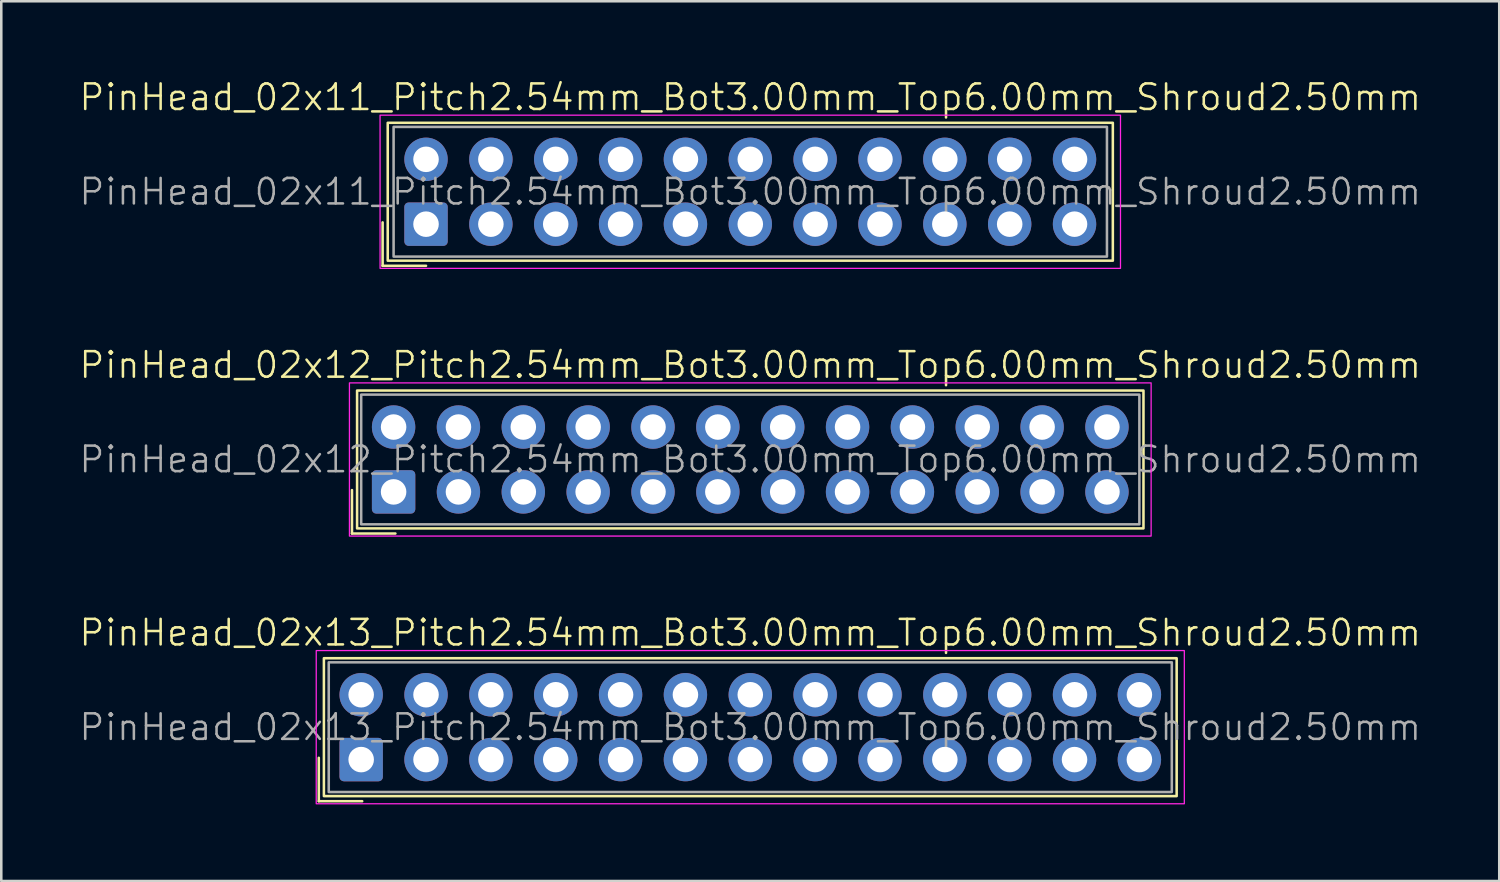
<source format=kicad_pcb>
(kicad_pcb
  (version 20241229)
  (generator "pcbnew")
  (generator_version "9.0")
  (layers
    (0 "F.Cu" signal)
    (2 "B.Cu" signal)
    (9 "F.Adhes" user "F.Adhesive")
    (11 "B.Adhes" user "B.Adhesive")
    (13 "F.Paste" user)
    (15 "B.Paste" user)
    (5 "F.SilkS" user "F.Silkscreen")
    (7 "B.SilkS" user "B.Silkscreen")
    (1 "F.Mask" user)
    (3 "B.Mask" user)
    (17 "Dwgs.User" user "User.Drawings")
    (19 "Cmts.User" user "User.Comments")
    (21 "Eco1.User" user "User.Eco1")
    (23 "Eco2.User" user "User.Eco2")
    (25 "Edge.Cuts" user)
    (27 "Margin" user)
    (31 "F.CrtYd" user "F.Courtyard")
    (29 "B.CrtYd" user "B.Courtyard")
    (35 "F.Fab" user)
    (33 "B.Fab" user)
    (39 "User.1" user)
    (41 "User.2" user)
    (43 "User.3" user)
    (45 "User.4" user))
  (footprint "PinHead_02x11_Pitch2.54mm_Bot3.00mm_Top6.00mm_Shroud2.50mm"
    (layer "F.Cu")
    (at 26.336 4.46)
    (property "Reference" "PinHead_02x11_Pitch2.54mm_Bot3.00mm_Top6.00mm_Shroud2.50mm" (at 0 -3.7 0) (unlocked yes) (layer "F.SilkS") (effects (font (size 1 1) (thickness 0.1))))
    (attr through_hole)
    (fp_line (start -14.4 1.2) (end -14.4 2.9) (stroke (width 0.1) (type default)) (layer "F.SilkS"))
    (fp_line (start -14.4 2.9) (end -12.7 2.9) (stroke (width 0.1) (type default)) (layer "F.SilkS"))
    (fp_rect (start -14.2 -2.7) (end 14.2 2.7) (stroke (width 0.1) (type default)) (fill no) (layer "F.SilkS"))
    (fp_rect (start -14.5 -3) (end 14.5 3) (stroke (width 0.05) (type default)) (fill no) (layer "F.CrtYd"))
    (fp_rect (start -13.97 -2.54) (end 13.97 2.54) (stroke (width 0.1) (type default)) (fill no) (layer "F.Fab"))
    (fp_text user "${REFERENCE}" (at 0 0 0) (unlocked yes) (layer "F.Fab") (effects (font (size 1 1) (thickness 0.1))))
    (pad "1" thru_hole roundrect (at -12.7 1.27) (size 1.7 1.7) (drill 1) (layers "*.Cu" "*.Mask") (roundrect_rratio 0.1))
    (pad "2" thru_hole circle (at -12.7 -1.27) (size 1.7 1.7) (drill 1) (layers "*.Cu" "*.Mask"))
    (pad "3" thru_hole circle (at -10.16 1.27) (size 1.7 1.7) (drill 1) (layers "*.Cu" "*.Mask"))
    (pad "4" thru_hole circle (at -10.16 -1.27) (size 1.7 1.7) (drill 1) (layers "*.Cu" "*.Mask"))
    (pad "5" thru_hole circle (at -7.62 1.27) (size 1.7 1.7) (drill 1) (layers "*.Cu" "*.Mask"))
    (pad "6" thru_hole circle (at -7.62 -1.27) (size 1.7 1.7) (drill 1) (layers "*.Cu" "*.Mask"))
    (pad "7" thru_hole circle (at -5.08 1.27) (size 1.7 1.7) (drill 1) (layers "*.Cu" "*.Mask"))
    (pad "8" thru_hole circle (at -5.08 -1.27) (size 1.7 1.7) (drill 1) (layers "*.Cu" "*.Mask"))
    (pad "9" thru_hole circle (at -2.54 1.27) (size 1.7 1.7) (drill 1) (layers "*.Cu" "*.Mask"))
    (pad "10" thru_hole circle (at -2.54 -1.27) (size 1.7 1.7) (drill 1) (layers "*.Cu" "*.Mask"))
    (pad "11" thru_hole circle (at 0 1.27) (size 1.7 1.7) (drill 1) (layers "*.Cu" "*.Mask"))
    (pad "12" thru_hole circle (at 0 -1.27) (size 1.7 1.7) (drill 1) (layers "*.Cu" "*.Mask"))
    (pad "13" thru_hole circle (at 2.54 1.27) (size 1.7 1.7) (drill 1) (layers "*.Cu" "*.Mask"))
    (pad "14" thru_hole circle (at 2.54 -1.27) (size 1.7 1.7) (drill 1) (layers "*.Cu" "*.Mask"))
    (pad "15" thru_hole circle (at 5.08 1.27) (size 1.7 1.7) (drill 1) (layers "*.Cu" "*.Mask"))
    (pad "16" thru_hole circle (at 5.08 -1.27) (size 1.7 1.7) (drill 1) (layers "*.Cu" "*.Mask"))
    (pad "17" thru_hole circle (at 7.62 1.27) (size 1.7 1.7) (drill 1) (layers "*.Cu" "*.Mask"))
    (pad "18" thru_hole circle (at 7.62 -1.27) (size 1.7 1.7) (drill 1) (layers "*.Cu" "*.Mask"))
    (pad "19" thru_hole circle (at 10.16 1.27) (size 1.7 1.7) (drill 1) (layers "*.Cu" "*.Mask"))
    (pad "20" thru_hole circle (at 10.16 -1.27) (size 1.7 1.7) (drill 1) (layers "*.Cu" "*.Mask"))
    (pad "21" thru_hole circle (at 12.7 1.27) (size 1.7 1.7) (drill 1) (layers "*.Cu" "*.Mask"))
    (pad "22" thru_hole circle (at 12.7 -1.27) (size 1.7 1.7) (drill 1) (layers "*.Cu" "*.Mask")))
  (footprint "PinHead_02x13_Pitch2.54mm_Bot3.00mm_Top6.00mm_Shroud2.50mm"
    (layer "F.Cu")
    (at 26.336 25.431)
    (property "Reference" "PinHead_02x13_Pitch2.54mm_Bot3.00mm_Top6.00mm_Shroud2.50mm" (at 0 -3.7 0) (unlocked yes) (layer "F.SilkS") (effects (font (size 1 1) (thickness 0.1))))
    (attr through_hole)
    (fp_line (start -16.9 1.2) (end -16.9 2.9) (stroke (width 0.1) (type default)) (layer "F.SilkS"))
    (fp_line (start -16.9 2.9) (end -15.2 2.9) (stroke (width 0.1) (type default)) (layer "F.SilkS"))
    (fp_rect (start -16.7 -2.7) (end 16.7 2.7) (stroke (width 0.1) (type default)) (fill no) (layer "F.SilkS"))
    (fp_rect (start -17 -3) (end 17 3) (stroke (width 0.05) (type default)) (fill no) (layer "F.CrtYd"))
    (fp_rect (start -16.51 -2.54) (end 16.51 2.54) (stroke (width 0.1) (type default)) (fill no) (layer "F.Fab"))
    (fp_text user "${REFERENCE}" (at 0 0 0) (unlocked yes) (layer "F.Fab") (effects (font (size 1 1) (thickness 0.1))))
    (pad "1" thru_hole roundrect (at -15.24 1.27) (size 1.7 1.7) (drill 1) (layers "*.Cu" "*.Mask") (roundrect_rratio 0.1))
    (pad "2" thru_hole circle (at -15.24 -1.27) (size 1.7 1.7) (drill 1) (layers "*.Cu" "*.Mask"))
    (pad "3" thru_hole circle (at -12.7 1.27) (size 1.7 1.7) (drill 1) (layers "*.Cu" "*.Mask"))
    (pad "4" thru_hole circle (at -12.7 -1.27) (size 1.7 1.7) (drill 1) (layers "*.Cu" "*.Mask"))
    (pad "5" thru_hole circle (at -10.16 1.27) (size 1.7 1.7) (drill 1) (layers "*.Cu" "*.Mask"))
    (pad "6" thru_hole circle (at -10.16 -1.27) (size 1.7 1.7) (drill 1) (layers "*.Cu" "*.Mask"))
    (pad "7" thru_hole circle (at -7.62 1.27) (size 1.7 1.7) (drill 1) (layers "*.Cu" "*.Mask"))
    (pad "8" thru_hole circle (at -7.62 -1.27) (size 1.7 1.7) (drill 1) (layers "*.Cu" "*.Mask"))
    (pad "9" thru_hole circle (at -5.08 1.27) (size 1.7 1.7) (drill 1) (layers "*.Cu" "*.Mask"))
    (pad "10" thru_hole circle (at -5.08 -1.27) (size 1.7 1.7) (drill 1) (layers "*.Cu" "*.Mask"))
    (pad "11" thru_hole circle (at -2.54 1.27) (size 1.7 1.7) (drill 1) (layers "*.Cu" "*.Mask"))
    (pad "12" thru_hole circle (at -2.54 -1.27) (size 1.7 1.7) (drill 1) (layers "*.Cu" "*.Mask"))
    (pad "13" thru_hole circle (at 0 1.27) (size 1.7 1.7) (drill 1) (layers "*.Cu" "*.Mask"))
    (pad "14" thru_hole circle (at 0 -1.27) (size 1.7 1.7) (drill 1) (layers "*.Cu" "*.Mask"))
    (pad "15" thru_hole circle (at 2.54 1.27) (size 1.7 1.7) (drill 1) (layers "*.Cu" "*.Mask"))
    (pad "16" thru_hole circle (at 2.54 -1.27) (size 1.7 1.7) (drill 1) (layers "*.Cu" "*.Mask"))
    (pad "17" thru_hole circle (at 5.08 1.27) (size 1.7 1.7) (drill 1) (layers "*.Cu" "*.Mask"))
    (pad "18" thru_hole circle (at 5.08 -1.27) (size 1.7 1.7) (drill 1) (layers "*.Cu" "*.Mask"))
    (pad "19" thru_hole circle (at 7.62 1.27) (size 1.7 1.7) (drill 1) (layers "*.Cu" "*.Mask"))
    (pad "20" thru_hole circle (at 7.62 -1.27) (size 1.7 1.7) (drill 1) (layers "*.Cu" "*.Mask"))
    (pad "21" thru_hole circle (at 10.16 1.27) (size 1.7 1.7) (drill 1) (layers "*.Cu" "*.Mask"))
    (pad "22" thru_hole circle (at 10.16 -1.27) (size 1.7 1.7) (drill 1) (layers "*.Cu" "*.Mask"))
    (pad "23" thru_hole circle (at 12.7 1.27) (size 1.7 1.7) (drill 1) (layers "*.Cu" "*.Mask"))
    (pad "24" thru_hole circle (at 12.7 -1.27) (size 1.7 1.7) (drill 1) (layers "*.Cu" "*.Mask"))
    (pad "25" thru_hole circle (at 15.24 1.27) (size 1.7 1.7) (drill 1) (layers "*.Cu" "*.Mask"))
    (pad "26" thru_hole circle (at 15.24 -1.27) (size 1.7 1.7) (drill 1) (layers "*.Cu" "*.Mask")))
  (footprint "PinHead_02x12_Pitch2.54mm_Bot3.00mm_Top6.00mm_Shroud2.50mm"
    (layer "F.Cu")
    (at 26.336 14.946)
    (property "Reference" "PinHead_02x12_Pitch2.54mm_Bot3.00mm_Top6.00mm_Shroud2.50mm" (at 0 -3.7 0) (unlocked yes) (layer "F.SilkS") (effects (font (size 1 1) (thickness 0.1))))
    (attr through_hole)
    (fp_line (start -15.6 1.2) (end -15.6 2.9) (stroke (width 0.1) (type default)) (layer "F.SilkS"))
    (fp_line (start -15.6 2.9) (end -13.9 2.9) (stroke (width 0.1) (type default)) (layer "F.SilkS"))
    (fp_rect (start -15.4 -2.7) (end 15.4 2.7) (stroke (width 0.1) (type default)) (fill no) (layer "F.SilkS"))
    (fp_rect (start -15.7 -3) (end 15.7 3) (stroke (width 0.05) (type default)) (fill no) (layer "F.CrtYd"))
    (fp_rect (start -15.24 -2.54) (end 15.24 2.54) (stroke (width 0.1) (type default)) (fill no) (layer "F.Fab"))
    (fp_text user "${REFERENCE}" (at 0 0 0) (unlocked yes) (layer "F.Fab") (effects (font (size 1 1) (thickness 0.1))))
    (pad "1" thru_hole roundrect (at -13.97 1.27) (size 1.7 1.7) (drill 1) (layers "*.Cu" "*.Mask") (roundrect_rratio 0.1))
    (pad "2" thru_hole circle (at -13.97 -1.27) (size 1.7 1.7) (drill 1) (layers "*.Cu" "*.Mask"))
    (pad "3" thru_hole circle (at -11.43 1.27) (size 1.7 1.7) (drill 1) (layers "*.Cu" "*.Mask"))
    (pad "4" thru_hole circle (at -11.43 -1.27) (size 1.7 1.7) (drill 1) (layers "*.Cu" "*.Mask"))
    (pad "5" thru_hole circle (at -8.89 1.27) (size 1.7 1.7) (drill 1) (layers "*.Cu" "*.Mask"))
    (pad "6" thru_hole circle (at -8.89 -1.27) (size 1.7 1.7) (drill 1) (layers "*.Cu" "*.Mask"))
    (pad "7" thru_hole circle (at -6.35 1.27) (size 1.7 1.7) (drill 1) (layers "*.Cu" "*.Mask"))
    (pad "8" thru_hole circle (at -6.35 -1.27) (size 1.7 1.7) (drill 1) (layers "*.Cu" "*.Mask"))
    (pad "9" thru_hole circle (at -3.81 1.27) (size 1.7 1.7) (drill 1) (layers "*.Cu" "*.Mask"))
    (pad "10" thru_hole circle (at -3.81 -1.27) (size 1.7 1.7) (drill 1) (layers "*.Cu" "*.Mask"))
    (pad "11" thru_hole circle (at -1.27 1.27) (size 1.7 1.7) (drill 1) (layers "*.Cu" "*.Mask"))
    (pad "12" thru_hole circle (at -1.27 -1.27) (size 1.7 1.7) (drill 1) (layers "*.Cu" "*.Mask"))
    (pad "13" thru_hole circle (at 1.27 1.27) (size 1.7 1.7) (drill 1) (layers "*.Cu" "*.Mask"))
    (pad "14" thru_hole circle (at 1.27 -1.27) (size 1.7 1.7) (drill 1) (layers "*.Cu" "*.Mask"))
    (pad "15" thru_hole circle (at 3.81 1.27) (size 1.7 1.7) (drill 1) (layers "*.Cu" "*.Mask"))
    (pad "16" thru_hole circle (at 3.81 -1.27) (size 1.7 1.7) (drill 1) (layers "*.Cu" "*.Mask"))
    (pad "17" thru_hole circle (at 6.35 1.27) (size 1.7 1.7) (drill 1) (layers "*.Cu" "*.Mask"))
    (pad "18" thru_hole circle (at 6.35 -1.27) (size 1.7 1.7) (drill 1) (layers "*.Cu" "*.Mask"))
    (pad "19" thru_hole circle (at 8.89 1.27) (size 1.7 1.7) (drill 1) (layers "*.Cu" "*.Mask"))
    (pad "20" thru_hole circle (at 8.89 -1.27) (size 1.7 1.7) (drill 1) (layers "*.Cu" "*.Mask"))
    (pad "21" thru_hole circle (at 11.43 1.27) (size 1.7 1.7) (drill 1) (layers "*.Cu" "*.Mask"))
    (pad "22" thru_hole circle (at 11.43 -1.27) (size 1.7 1.7) (drill 1) (layers "*.Cu" "*.Mask"))
    (pad "23" thru_hole circle (at 13.97 1.27) (size 1.7 1.7) (drill 1) (layers "*.Cu" "*.Mask"))
    (pad "24" thru_hole circle (at 13.97 -1.27) (size 1.7 1.7) (drill 1) (layers "*.Cu" "*.Mask")))
  (gr_rect
    (start -3 -3)
    (end 55.671 31.456)
    (stroke (width 0.1) (type default))
    (fill no)
    (layer "Edge.Cuts")))
</source>
